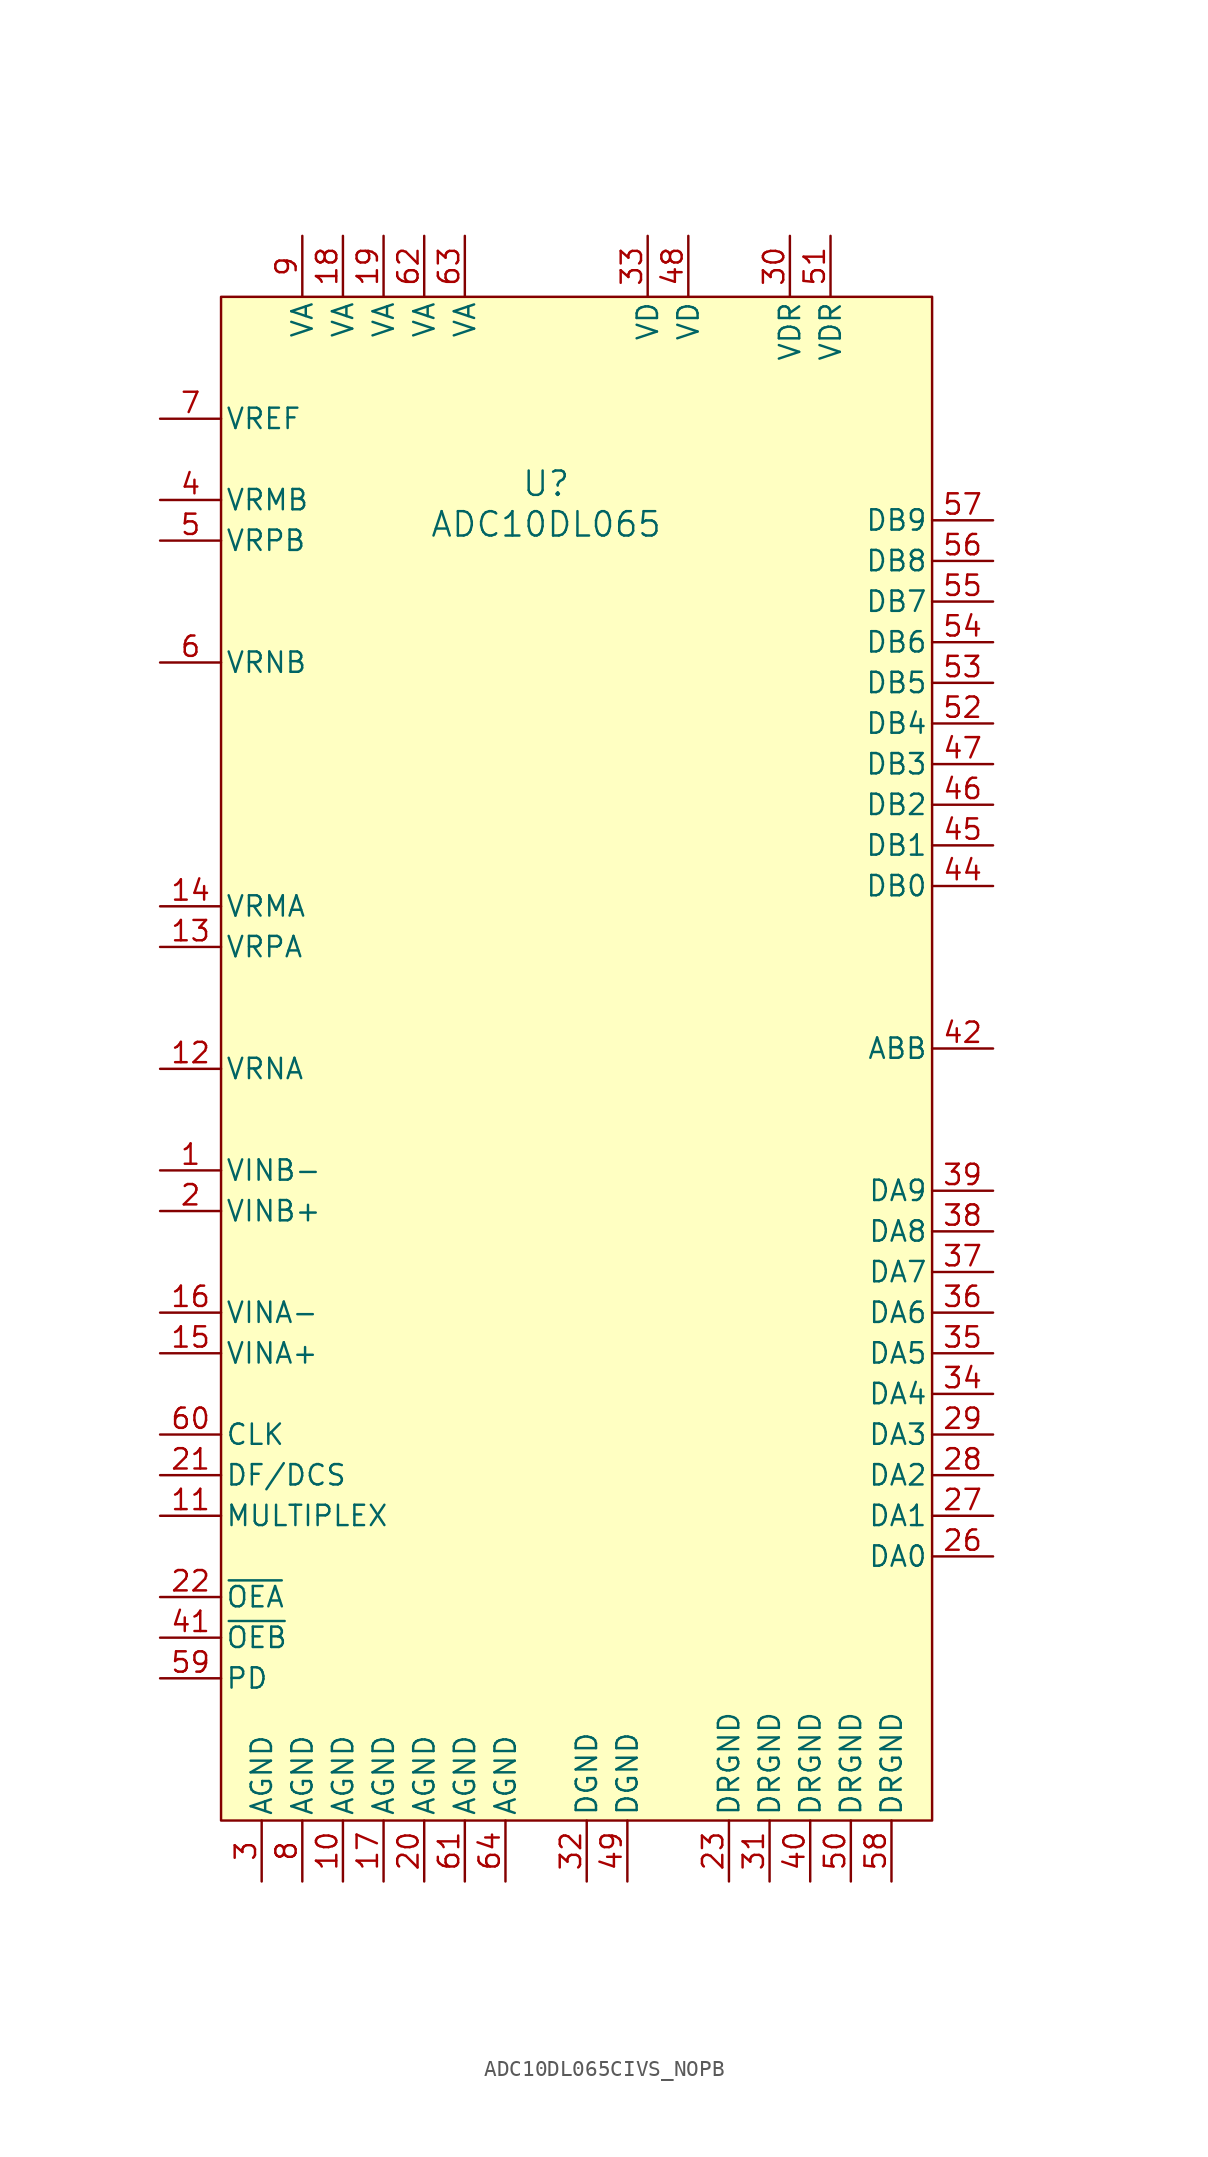
<source format=kicad_sym>
(kicad_symbol_lib
  (version 20231120)
  (generator "kicad_symbol_editor")
  (generator_version "8.0")
  (symbol "ADC10DL065CIVS_NOPB"
    (pin_names
      (offset 0.254))
    (property "Reference" "U"
      (at -2.54 35.306 0)
      (effects (font (size 1.524 1.524))))
    (property "Value" "ADC10DL065"
      (at -2.54 32.766 0)
      (effects (font (size 1.524 1.524))))
    (symbol "ADC10DL065CIVS_NOPB_1_1"
      (rectangle (start -22.86 46.99) (end 21.59 -48.26) (stroke (width 0) (type default)) (fill (type background)))
      (pin input line (at -26.67 -7.62 0) (length 3.81) (name "VINB-" (effects (font (size 1.27 1.27)))) (number "1" (effects (font (size 1.27 1.27)))))
      (pin power_in line (at -15.24 -52.07 90) (length 3.81) (name "AGND" (effects (font (size 1.27 1.27)))) (number "10" (effects (font (size 1.27 1.27)))))
      (pin input line (at -26.67 -29.21 0) (length 3.81) (name "MULTIPLEX" (effects (font (size 1.27 1.27)))) (number "11" (effects (font (size 1.27 1.27)))))
      (pin passive line (at -26.67 -1.27 0) (length 3.81) (name "VRNA" (effects (font (size 1.27 1.27)))) (number "12" (effects (font (size 1.27 1.27)))))
      (pin passive line (at -26.67 6.35 0) (length 3.81) (name "VRPA" (effects (font (size 1.27 1.27)))) (number "13" (effects (font (size 1.27 1.27)))))
      (pin passive line (at -26.67 8.89 0) (length 3.81) (name "VRMA" (effects (font (size 1.27 1.27)))) (number "14" (effects (font (size 1.27 1.27)))))
      (pin input line (at -26.67 -19.05 0) (length 3.81) (name "VINA+" (effects (font (size 1.27 1.27)))) (number "15" (effects (font (size 1.27 1.27)))))
      (pin input line (at -26.67 -16.51 0) (length 3.81) (name "VINA-" (effects (font (size 1.27 1.27)))) (number "16" (effects (font (size 1.27 1.27)))))
      (pin power_in line (at -12.7 -52.07 90) (length 3.81) (name "AGND" (effects (font (size 1.27 1.27)))) (number "17" (effects (font (size 1.27 1.27)))))
      (pin power_in line (at -15.24 50.8 270) (length 3.81) (name "VA" (effects (font (size 1.27 1.27)))) (number "18" (effects (font (size 1.27 1.27)))))
      (pin power_in line (at -12.7 50.8 270) (length 3.81) (name "VA" (effects (font (size 1.27 1.27)))) (number "19" (effects (font (size 1.27 1.27)))))
      (pin input line (at -26.67 -10.16 0) (length 3.81) (name "VINB+" (effects (font (size 1.27 1.27)))) (number "2" (effects (font (size 1.27 1.27)))))
      (pin power_in line (at -10.16 -52.07 90) (length 3.81) (name "AGND" (effects (font (size 1.27 1.27)))) (number "20" (effects (font (size 1.27 1.27)))))
      (pin input line (at -26.67 -26.67 0) (length 3.81) (name "DF/DCS" (effects (font (size 1.27 1.27)))) (number "21" (effects (font (size 1.27 1.27)))))
      (pin input line (at -26.67 -34.29 0) (length 3.81) (name "~{OEA}" (effects (font (size 1.27 1.27)))) (number "22" (effects (font (size 1.27 1.27)))))
      (pin power_in line (at 8.89 -52.07 90) (length 3.81) (name "DRGND" (effects (font (size 1.27 1.27)))) (number "23" (effects (font (size 1.27 1.27)))))
      (pin no_connect line (at 29.21 -40.64 180) (length 7.62) hide (name "NC" (effects (font (size 1.27 1.27)))) (number "24" (effects (font (size 1.27 1.27)))))
      (pin no_connect line (at 29.21 -38.1 180) (length 7.62) hide (name "NC" (effects (font (size 1.27 1.27)))) (number "25" (effects (font (size 1.27 1.27)))))
      (pin output line (at 25.4 -31.75 180) (length 3.81) (name "DA0" (effects (font (size 1.27 1.27)))) (number "26" (effects (font (size 1.27 1.27)))))
      (pin output line (at 25.4 -29.21 180) (length 3.81) (name "DA1" (effects (font (size 1.27 1.27)))) (number "27" (effects (font (size 1.27 1.27)))))
      (pin output line (at 25.4 -26.67 180) (length 3.81) (name "DA2" (effects (font (size 1.27 1.27)))) (number "28" (effects (font (size 1.27 1.27)))))
      (pin output line (at 25.4 -24.13 180) (length 3.81) (name "DA3" (effects (font (size 1.27 1.27)))) (number "29" (effects (font (size 1.27 1.27)))))
      (pin power_in line (at -20.32 -52.07 90) (length 3.81) (name "AGND" (effects (font (size 1.27 1.27)))) (number "3" (effects (font (size 1.27 1.27)))))
      (pin power_in line (at 12.7 50.8 270) (length 3.81) (name "VDR" (effects (font (size 1.27 1.27)))) (number "30" (effects (font (size 1.27 1.27)))))
      (pin power_in line (at 11.43 -52.07 90) (length 3.81) (name "DRGND" (effects (font (size 1.27 1.27)))) (number "31" (effects (font (size 1.27 1.27)))))
      (pin power_in line (at 0 -52.07 90) (length 3.81) (name "DGND" (effects (font (size 1.27 1.27)))) (number "32" (effects (font (size 1.27 1.27)))))
      (pin power_in line (at 3.81 50.8 270) (length 3.81) (name "VD" (effects (font (size 1.27 1.27)))) (number "33" (effects (font (size 1.27 1.27)))))
      (pin output line (at 25.4 -21.59 180) (length 3.81) (name "DA4" (effects (font (size 1.27 1.27)))) (number "34" (effects (font (size 1.27 1.27)))))
      (pin output line (at 25.4 -19.05 180) (length 3.81) (name "DA5" (effects (font (size 1.27 1.27)))) (number "35" (effects (font (size 1.27 1.27)))))
      (pin output line (at 25.4 -16.51 180) (length 3.81) (name "DA6" (effects (font (size 1.27 1.27)))) (number "36" (effects (font (size 1.27 1.27)))))
      (pin output line (at 25.4 -13.97 180) (length 3.81) (name "DA7" (effects (font (size 1.27 1.27)))) (number "37" (effects (font (size 1.27 1.27)))))
      (pin output line (at 25.4 -11.43 180) (length 3.81) (name "DA8" (effects (font (size 1.27 1.27)))) (number "38" (effects (font (size 1.27 1.27)))))
      (pin output line (at 25.4 -8.89 180) (length 3.81) (name "DA9" (effects (font (size 1.27 1.27)))) (number "39" (effects (font (size 1.27 1.27)))))
      (pin passive line (at -26.67 34.29 0) (length 3.81) (name "VRMB" (effects (font (size 1.27 1.27)))) (number "4" (effects (font (size 1.27 1.27)))))
      (pin power_in line (at 13.97 -52.07 90) (length 3.81) (name "DRGND" (effects (font (size 1.27 1.27)))) (number "40" (effects (font (size 1.27 1.27)))))
      (pin input line (at -26.67 -36.83 0) (length 3.81) (name "~{OEB}" (effects (font (size 1.27 1.27)))) (number "41" (effects (font (size 1.27 1.27)))))
      (pin output line (at 25.4 0 180) (length 3.81) (name "ABB" (effects (font (size 1.27 1.27)))) (number "42" (effects (font (size 1.27 1.27)))))
      (pin no_connect line (at 29.21 -35.56 180) (length 7.62) hide (name "NC" (effects (font (size 1.27 1.27)))) (number "43" (effects (font (size 1.27 1.27)))))
      (pin output line (at 25.4 10.16 180) (length 3.81) (name "DB0" (effects (font (size 1.27 1.27)))) (number "44" (effects (font (size 1.27 1.27)))))
      (pin output line (at 25.4 12.7 180) (length 3.81) (name "DB1" (effects (font (size 1.27 1.27)))) (number "45" (effects (font (size 1.27 1.27)))))
      (pin output line (at 25.4 15.24 180) (length 3.81) (name "DB2" (effects (font (size 1.27 1.27)))) (number "46" (effects (font (size 1.27 1.27)))))
      (pin output line (at 25.4 17.78 180) (length 3.81) (name "DB3" (effects (font (size 1.27 1.27)))) (number "47" (effects (font (size 1.27 1.27)))))
      (pin power_in line (at 6.35 50.8 270) (length 3.81) (name "VD" (effects (font (size 1.27 1.27)))) (number "48" (effects (font (size 1.27 1.27)))))
      (pin power_in line (at 2.54 -52.07 90) (length 3.81) (name "DGND" (effects (font (size 1.27 1.27)))) (number "49" (effects (font (size 1.27 1.27)))))
      (pin passive line (at -26.67 31.75 0) (length 3.81) (name "VRPB" (effects (font (size 1.27 1.27)))) (number "5" (effects (font (size 1.27 1.27)))))
      (pin power_in line (at 16.51 -52.07 90) (length 3.81) (name "DRGND" (effects (font (size 1.27 1.27)))) (number "50" (effects (font (size 1.27 1.27)))))
      (pin power_in line (at 15.24 50.8 270) (length 3.81) (name "VDR" (effects (font (size 1.27 1.27)))) (number "51" (effects (font (size 1.27 1.27)))))
      (pin output line (at 25.4 20.32 180) (length 3.81) (name "DB4" (effects (font (size 1.27 1.27)))) (number "52" (effects (font (size 1.27 1.27)))))
      (pin output line (at 25.4 22.86 180) (length 3.81) (name "DB5" (effects (font (size 1.27 1.27)))) (number "53" (effects (font (size 1.27 1.27)))))
      (pin output line (at 25.4 25.4 180) (length 3.81) (name "DB6" (effects (font (size 1.27 1.27)))) (number "54" (effects (font (size 1.27 1.27)))))
      (pin output line (at 25.4 27.94 180) (length 3.81) (name "DB7" (effects (font (size 1.27 1.27)))) (number "55" (effects (font (size 1.27 1.27)))))
      (pin output line (at 25.4 30.48 180) (length 3.81) (name "DB8" (effects (font (size 1.27 1.27)))) (number "56" (effects (font (size 1.27 1.27)))))
      (pin output line (at 25.4 33.02 180) (length 3.81) (name "DB9" (effects (font (size 1.27 1.27)))) (number "57" (effects (font (size 1.27 1.27)))))
      (pin power_in line (at 19.05 -52.07 90) (length 3.81) (name "DRGND" (effects (font (size 1.27 1.27)))) (number "58" (effects (font (size 1.27 1.27)))))
      (pin input line (at -26.67 -39.37 0) (length 3.81) (name "PD" (effects (font (size 1.27 1.27)))) (number "59" (effects (font (size 1.27 1.27)))))
      (pin passive line (at -26.67 24.13 0) (length 3.81) (name "VRNB" (effects (font (size 1.27 1.27)))) (number "6" (effects (font (size 1.27 1.27)))))
      (pin input line (at -26.67 -24.13 0) (length 3.81) (name "CLK" (effects (font (size 1.27 1.27)))) (number "60" (effects (font (size 1.27 1.27)))))
      (pin power_in line (at -7.62 -52.07 90) (length 3.81) (name "AGND" (effects (font (size 1.27 1.27)))) (number "61" (effects (font (size 1.27 1.27)))))
      (pin power_in line (at -10.16 50.8 270) (length 3.81) (name "VA" (effects (font (size 1.27 1.27)))) (number "62" (effects (font (size 1.27 1.27)))))
      (pin power_in line (at -7.62 50.8 270) (length 3.81) (name "VA" (effects (font (size 1.27 1.27)))) (number "63" (effects (font (size 1.27 1.27)))))
      (pin power_in line (at -5.08 -52.07 90) (length 3.81) (name "AGND" (effects (font (size 1.27 1.27)))) (number "64" (effects (font (size 1.27 1.27)))))
      (pin power_in line (at -26.67 39.37 0) (length 3.81) (name "VREF" (effects (font (size 1.27 1.27)))) (number "7" (effects (font (size 1.27 1.27)))))
      (pin power_in line (at -17.78 -52.07 90) (length 3.81) (name "AGND" (effects (font (size 1.27 1.27)))) (number "8" (effects (font (size 1.27 1.27)))))
      (pin power_in line (at -17.78 50.8 270) (length 3.81) (name "VA" (effects (font (size 1.27 1.27)))) (number "9" (effects (font (size 1.27 1.27))))))))
</source>
